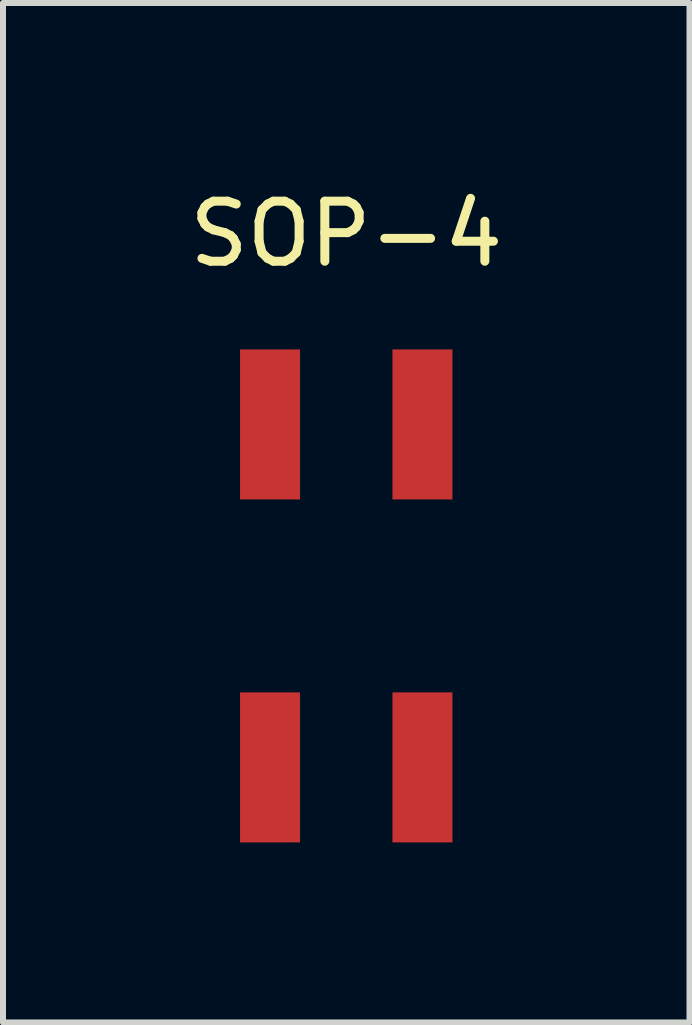
<source format=kicad_pcb>
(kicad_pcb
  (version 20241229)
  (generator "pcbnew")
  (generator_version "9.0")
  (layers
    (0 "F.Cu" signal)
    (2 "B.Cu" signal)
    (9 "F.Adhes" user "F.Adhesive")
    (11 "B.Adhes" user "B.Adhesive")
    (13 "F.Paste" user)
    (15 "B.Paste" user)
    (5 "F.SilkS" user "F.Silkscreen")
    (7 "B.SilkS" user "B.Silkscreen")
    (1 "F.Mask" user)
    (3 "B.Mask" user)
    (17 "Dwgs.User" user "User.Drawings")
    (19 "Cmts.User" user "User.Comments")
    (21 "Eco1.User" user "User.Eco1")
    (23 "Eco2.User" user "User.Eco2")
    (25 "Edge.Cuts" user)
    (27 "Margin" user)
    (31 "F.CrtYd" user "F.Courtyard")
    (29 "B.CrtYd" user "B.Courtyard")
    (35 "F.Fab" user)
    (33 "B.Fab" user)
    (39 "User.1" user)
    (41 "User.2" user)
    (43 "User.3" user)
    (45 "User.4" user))
  (footprint "SOP-4"
    (layer "F.Cu")
    (at 1.45 9.738)
    (property "Reference" "SOP-4" (at 1.27 -8.89 0) (layer "F.SilkS") (effects (font (size 1 1) (thickness 0.15))))
    (attr through_hole)
    (pad "1" smd rect (at 0 0) (size 1 2.5) (layers "F.Cu" "F.Mask" "F.Paste"))
    (pad "2" smd rect (at 2.54 0) (size 1 2.5) (layers "F.Cu" "F.Mask" "F.Paste"))
    (pad "3" smd rect (at 2.54 -5.715) (size 1 2.5) (layers "F.Cu" "F.Mask" "F.Paste"))
    (pad "4" smd rect (at 0 -5.715) (size 1 2.5) (layers "F.Cu" "F.Mask" "F.Paste")))
  (gr_rect
    (start -3 -3)
    (end 8.44 13.988)
    (stroke (width 0.1) (type default))
    (fill no)
    (layer "Edge.Cuts")))
</source>
